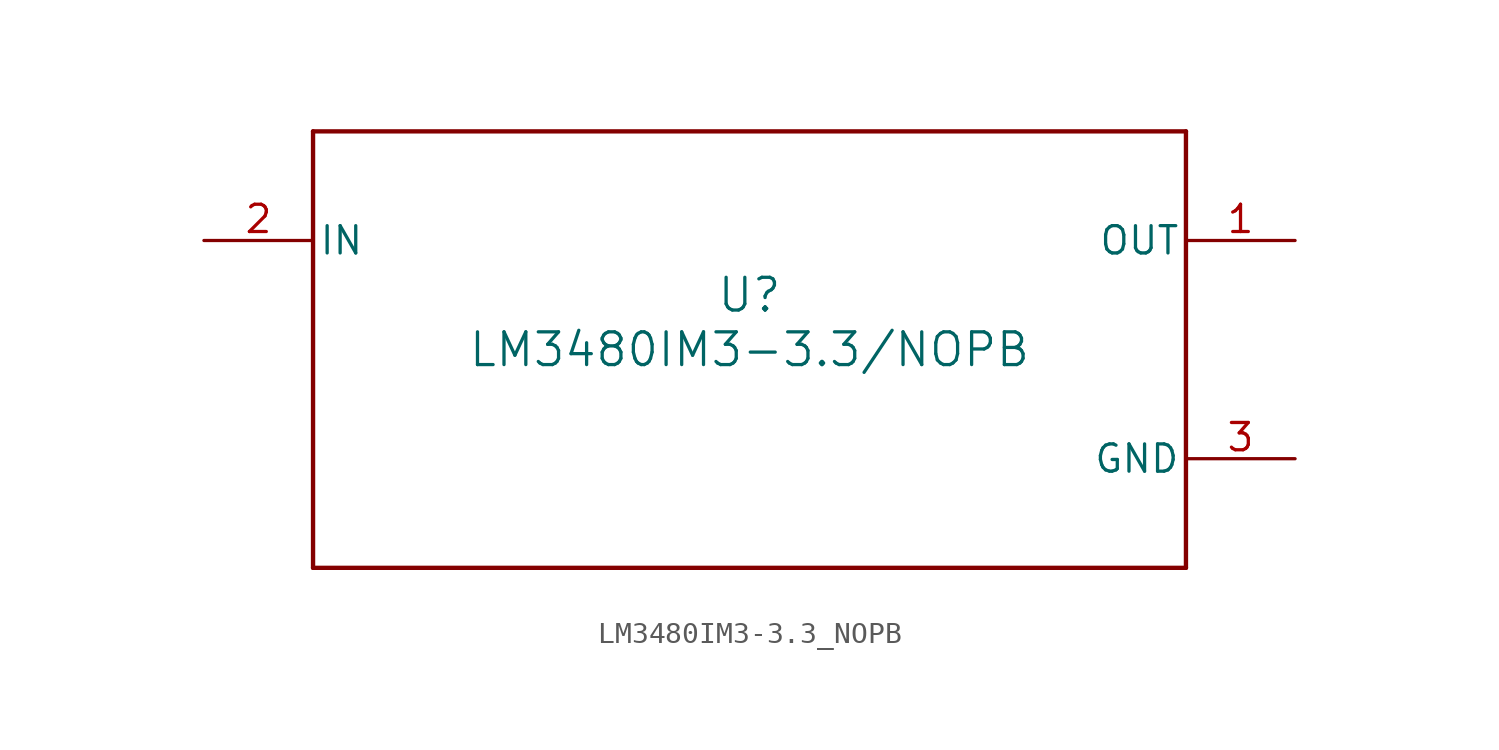
<source format=kicad_sym>
(kicad_symbol_lib
  (version 20211014)
  (generator kicad_symbol_editor)
  (symbol "LM3480IM3-3.3_NOPB"
    (pin_names
      (offset 0.254))
    (property "Reference" "U"
      (at 0 2.54 0)
      (effects (font (size 1.524 1.524))))
    (property "Value" "LM3480IM3-3.3/NOPB"
      (at 0 0 0)
      (effects (font (size 1.524 1.524))))
    (symbol "LM3480IM3-3.3_NOPB_0_1"
      (polyline (pts (xy -20.32 -10.16) (xy 20.32 -10.16)) (stroke (width 0.203) (type default) (color 0 0 0 0)) (fill (type none)))
      (polyline (pts (xy 20.32 -10.16) (xy 20.32 10.16)) (stroke (width 0.203) (type default) (color 0 0 0 0)) (fill (type none)))
      (polyline (pts (xy 20.32 10.16) (xy -20.32 10.16)) (stroke (width 0.203) (type default) (color 0 0 0 0)) (fill (type none)))
      (polyline (pts (xy -20.32 10.16) (xy -20.32 -10.16)) (stroke (width 0.203) (type default) (color 0 0 0 0)) (fill (type none)))
      (pin power_in line (at 25.4 5.08 180) (length 5.08) (name "OUT" (effects (font (size 1.27 1.27)))) (number "1" (effects (font (size 1.27 1.27)))))
      (pin power_in line (at -25.4 5.08 0) (length 5.08) (name "IN" (effects (font (size 1.27 1.27)))) (number "2" (effects (font (size 1.27 1.27)))))
      (pin power_in line (at 25.4 -5.08 180) (length 5.08) (name "GND" (effects (font (size 1.27 1.27)))) (number "3" (effects (font (size 1.27 1.27))))))))
</source>
